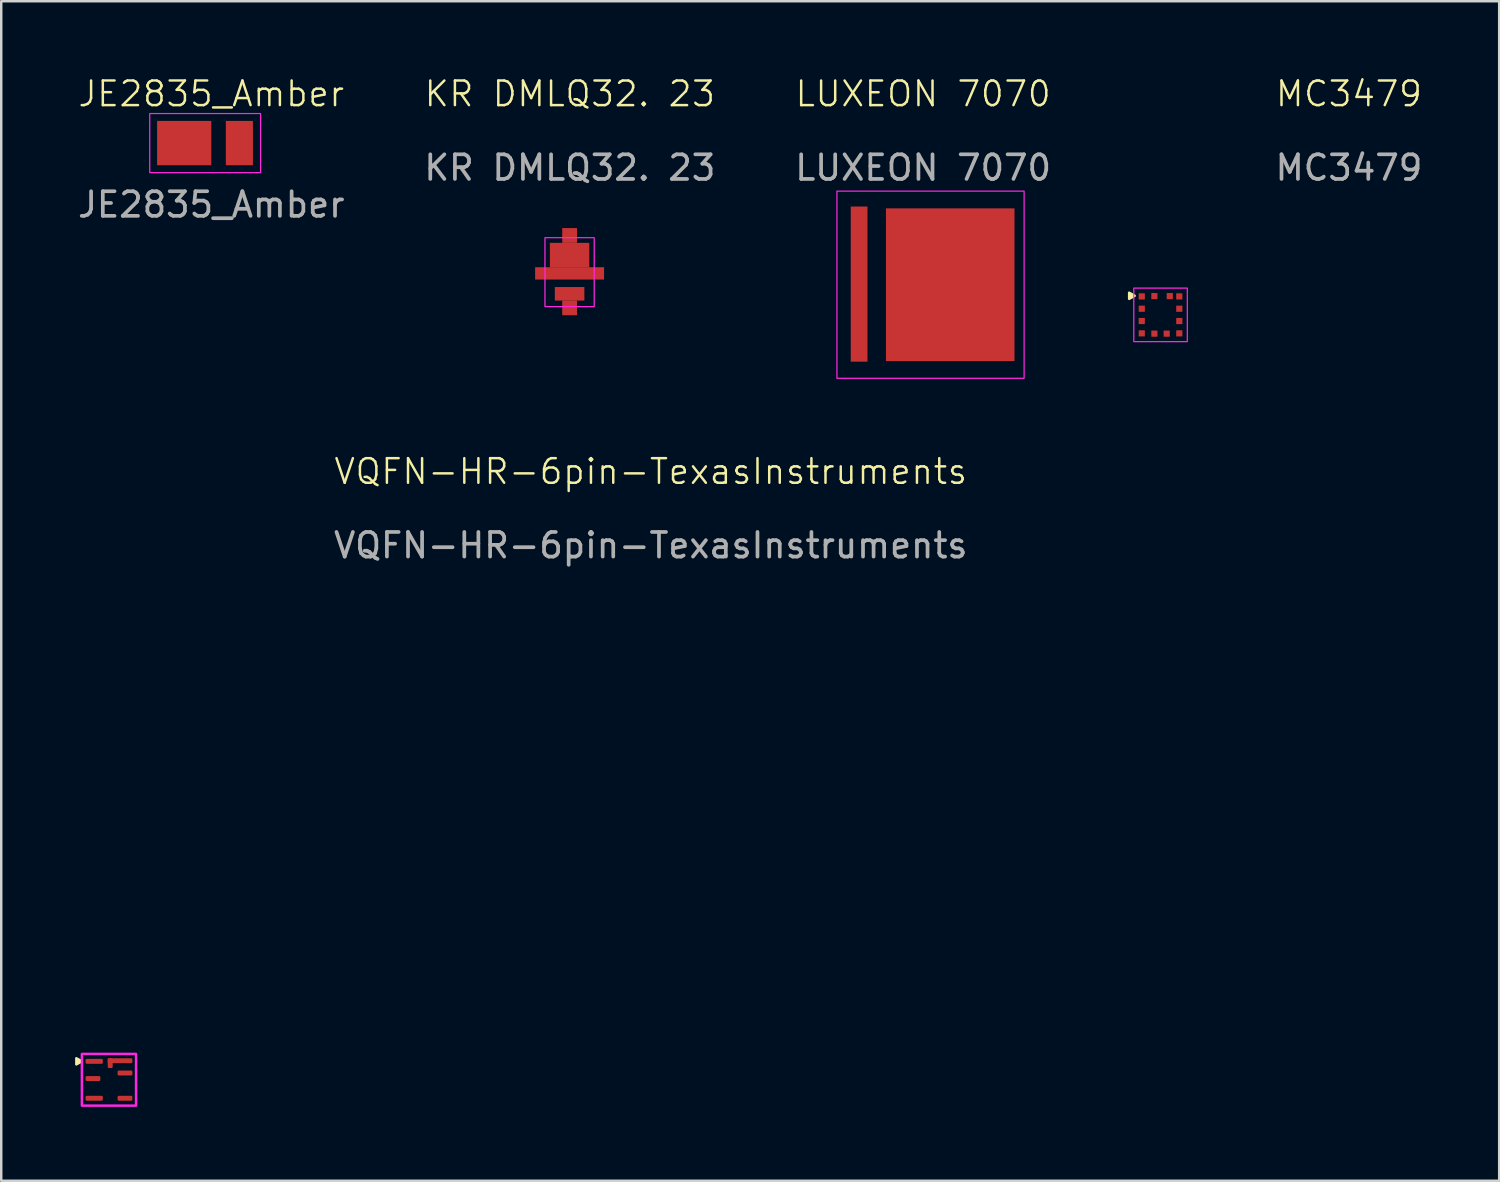
<source format=kicad_pcb>
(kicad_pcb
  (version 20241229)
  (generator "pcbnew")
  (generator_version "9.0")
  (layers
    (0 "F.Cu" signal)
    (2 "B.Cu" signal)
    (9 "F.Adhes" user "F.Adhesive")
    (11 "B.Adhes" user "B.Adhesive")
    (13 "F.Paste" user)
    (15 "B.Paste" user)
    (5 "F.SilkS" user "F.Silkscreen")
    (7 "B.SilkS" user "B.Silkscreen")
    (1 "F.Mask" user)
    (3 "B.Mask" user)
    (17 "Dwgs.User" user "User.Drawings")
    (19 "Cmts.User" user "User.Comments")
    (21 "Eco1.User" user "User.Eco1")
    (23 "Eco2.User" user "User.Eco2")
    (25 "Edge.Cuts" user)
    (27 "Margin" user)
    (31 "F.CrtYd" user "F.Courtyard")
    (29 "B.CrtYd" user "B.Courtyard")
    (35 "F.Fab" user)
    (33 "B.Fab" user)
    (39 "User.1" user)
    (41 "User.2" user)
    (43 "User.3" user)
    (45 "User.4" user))
  (footprint "LUXEON 7070"
    (layer "F.Cu")
    (at 32.935 8.511)
    (property "Reference" "LUXEON 7070" (at 1.5 -7.75 0) (unlocked yes) (layer "F.SilkS") (effects (font (size 1 1) (thickness 0.1))))
    (attr smd)
    (fp_rect (start -1.43 -2.9) (end -0.75 -1.1) (stroke (width 0) (type default)) (fill yes) (layer "F.Paste"))
    (fp_rect (start -1.43 -0.9) (end -0.75 0.9) (stroke (width 0) (type default)) (fill yes) (layer "F.Paste"))
    (fp_rect (start -1.43 1.1) (end -0.75 2.9) (stroke (width 0) (type default)) (fill yes) (layer "F.Paste"))
    (fp_rect (start 0 -2.9) (end 1.5 -1.1) (stroke (width 0) (type default)) (fill yes) (layer "F.Paste"))
    (fp_rect (start 0 -0.9) (end 1.5 0.9) (stroke (width 0) (type default)) (fill yes) (layer "F.Paste"))
    (fp_rect (start 0 1.1) (end 1.5 2.9) (stroke (width 0) (type default)) (fill yes) (layer "F.Paste"))
    (fp_rect (start 1.75 -2.9) (end 3.25 -1.1) (stroke (width 0) (type default)) (fill yes) (layer "F.Paste"))
    (fp_rect (start 1.75 -0.9) (end 3.25 0.9) (stroke (width 0) (type default)) (fill yes) (layer "F.Paste"))
    (fp_rect (start 1.75 1.1) (end 3.25 2.9) (stroke (width 0) (type default)) (fill yes) (layer "F.Paste"))
    (fp_rect (start 3.5 -2.9) (end 5 -1.1) (stroke (width 0) (type default)) (fill yes) (layer "F.Paste"))
    (fp_rect (start 3.5 -0.9) (end 5 0.9) (stroke (width 0) (type default)) (fill yes) (layer "F.Paste"))
    (fp_rect (start 3.5 1.1) (end 5 2.9) (stroke (width 0) (type default)) (fill yes) (layer "F.Paste"))
    (fp_rect (start -2 -3.8) (end 5.6 3.8) (stroke (width 0.05) (type default)) (fill no) (layer "F.CrtYd"))
    (fp_text user "${REFERENCE}" (at 1.5 -4.75 0) (unlocked yes) (layer "F.Fab") (effects (font (size 1 1) (thickness 0.15))))
    (pad "1" smd rect (at -1.1 -0.025) (size 0.68 6.3) (layers "F.Cu" "F.Mask"))
    (pad "2" smd rect (at 2.6 0) (size 5.22 6.2) (layers "F.Cu" "F.Mask")))
  (footprint "JE2835_Amber"
    (layer "F.Cu")
    (at 5.53 2.76)
    (property "Reference" "JE2835_Amber" (at 0 -2 0) (unlocked yes) (layer "F.SilkS") (effects (font (size 1 1) (thickness 0.1))))
    (attr smd)
    (fp_rect (start -2.5 -1.2) (end 2 1.2) (stroke (width 0.05) (type default)) (fill no) (layer "F.CrtYd"))
    (fp_text user "${REFERENCE}" (at 0 2.5 0) (unlocked yes) (layer "F.Fab") (effects (font (size 1 1) (thickness 0.15))))
    (pad "1" smd rect (at 1.14 0) (size 1.1 1.8) (layers "F.Cu" "F.Mask" "F.Paste"))
    (pad "2" smd rect (at -1.1 0) (size 2.2 1.8) (layers "F.Cu" "F.Mask" "F.Paste")))
  (footprint "MC3479"
    (layer "F.Cu")
    (at 44.075 9.736)
    (property "Reference" "MC3479" (at 7.65 -8.975 0) (unlocked yes) (layer "F.SilkS") (effects (font (size 1 1) (thickness 0.1))))
    (attr smd)
    (fp_poly (pts (xy -1.275 -0.9) (xy -1.05 -0.775) (xy -1.275 -0.65)) (stroke (width 0.1) (type solid)) (fill yes) (layer "F.SilkS"))
    (fp_rect (start -1.087 -1.087) (end 1.087 1.087) (stroke (width 0.05) (type default)) (fill no) (layer "F.CrtYd"))
    (fp_text user "${REFERENCE}" (at 7.65 -5.975 0) (unlocked yes) (layer "F.Fab") (effects (font (size 1 1) (thickness 0.15))))
    (pad "1" smd rect (at -0.762 -0.75) (size 0.25 0.25) (layers "F.Cu" "F.Mask" "F.Paste"))
    (pad "2" smd rect (at -0.762 -0.25) (size 0.25 0.25) (layers "F.Cu" "F.Mask" "F.Paste"))
    (pad "3" smd rect (at -0.762 0.25) (size 0.25 0.25) (layers "F.Cu" "F.Mask" "F.Paste"))
    (pad "4" smd rect (at -0.762 0.75) (size 0.25 0.25) (layers "F.Cu" "F.Mask" "F.Paste"))
    (pad "5" smd rect (at -0.25 0.762) (size 0.25 0.25) (layers "F.Cu" "F.Mask" "F.Paste"))
    (pad "6" smd rect (at 0.25 0.762) (size 0.25 0.25) (layers "F.Cu" "F.Mask" "F.Paste"))
    (pad "7" smd rect (at 0.762 0.75) (size 0.25 0.25) (layers "F.Cu" "F.Mask" "F.Paste"))
    (pad "8" smd rect (at 0.762 0.25) (size 0.25 0.25) (layers "F.Cu" "F.Mask" "F.Paste"))
    (pad "9" smd rect (at 0.762 -0.25) (size 0.25 0.25) (layers "F.Cu" "F.Mask" "F.Paste"))
    (pad "10" smd rect (at 0.762 -0.75) (size 0.25 0.25) (layers "F.Cu" "F.Mask" "F.Paste"))
    (pad "11" smd rect (at 0.375 -0.762) (size 0.25 0.25) (layers "F.Cu" "F.Mask" "F.Paste"))
    (pad "12" smd rect (at -0.25 -0.762) (size 0.25 0.25) (layers "F.Cu" "F.Mask" "F.Paste")))
  (footprint "KR DMLQ32. 23"
    (layer "F.Cu")
    (at 20.079 8.601)
    (property "Reference" "KR DMLQ32. 23" (at 0.01 -7.84 0) (unlocked yes) (layer "F.SilkS") (effects (font (size 1 1) (thickness 0.1))))
    (attr smd)
    (fp_rect (start -1 -2) (end 1 0.8) (stroke (width 0.05) (type default)) (fill no) (layer "F.CrtYd"))
    (fp_text user "${REFERENCE}" (at 0.01 -4.84 0) (unlocked yes) (layer "F.Fab") (effects (font (size 1 1) (thickness 0.15))))
    (pad "1" smd rect (at 0 0.28) (size 1.2 0.55) (layers "F.Cu" "F.Mask" "F.Paste"))
    (pad "1" smd rect (at 0 0.85) (size 0.6 0.6) (layers "F.Cu" "F.Mask" "F.Paste"))
    (pad "2" smd rect (at 0 -2.09) (size 0.6 0.6) (layers "F.Cu" "F.Mask" "F.Paste"))
    (pad "2" smd rect (at 0 -1.29) (size 1.6 1) (layers "F.Cu" "F.Mask" "F.Paste"))
    (pad "2" smd rect (at 0 -0.55) (size 2.8 0.5) (layers "F.Cu" "F.Mask" "F.Paste")))
  (footprint "VQFN-HR-6pin-TexasInstruments"
    (layer "F.Cu")
    (at 1.375 40.796)
    (property "Reference" "VQFN-HR-6pin-TexasInstruments" (at 22 -24.7 0) (unlocked yes) (layer "F.SilkS") (effects (font (size 1 1) (thickness 0.1))))
    (attr smd)
    (fp_poly (pts (xy -1.325 -0.875) (xy -1.1 -0.75) (xy -1.325 -0.625)) (stroke (width 0.1) (type solid)) (fill yes) (layer "F.SilkS"))
    (fp_rect (start -1.1 -1.05) (end 1.1 1.05) (stroke (width 0.1) (type default)) (fill no) (layer "F.CrtYd"))
    (fp_text user "${REFERENCE}" (at 22 -21.7 0) (unlocked yes) (layer "F.Fab") (effects (font (size 1 1) (thickness 0.15))))
    (pad "1" smd roundrect (at -0.6 -0.75) (size 0.7 0.2) (layers "F.Cu" "F.Mask" "F.Paste") (roundrect_rratio 0.25))
    (pad "2" smd roundrect (at -0.65 -0.05) (size 0.6 0.2) (layers "F.Cu" "F.Mask" "F.Paste") (roundrect_rratio 0.25))
    (pad "3" smd roundrect (at -0.6 0.75) (size 0.7 0.2) (layers "F.Cu" "F.Mask" "F.Paste") (roundrect_rratio 0.25))
    (pad "4" smd roundrect (at 0.65 0.75) (size 0.6 0.2) (layers "F.Cu" "F.Mask" "F.Paste") (roundrect_rratio 0.25))
    (pad "5" smd roundrect (at 0.65 -0.275) (size 0.6 0.2) (layers "F.Cu" "F.Mask" "F.Paste") (roundrect_rratio 0.25))
    (pad "6" smd roundrect (at 0.05 -0.675) (size 0.2 0.4) (layers "F.Cu" "F.Mask" "F.Paste") (roundrect_rratio 0.25))
    (pad "6" smd roundrect (at 0.45 -0.775) (size 1 0.2) (layers "F.Cu" "F.Mask" "F.Paste") (roundrect_rratio 0.25)))
  (gr_rect
    (start -3 -3)
    (end 57.826 44.896)
    (stroke (width 0.1) (type default))
    (fill no)
    (layer "Edge.Cuts")))
</source>
